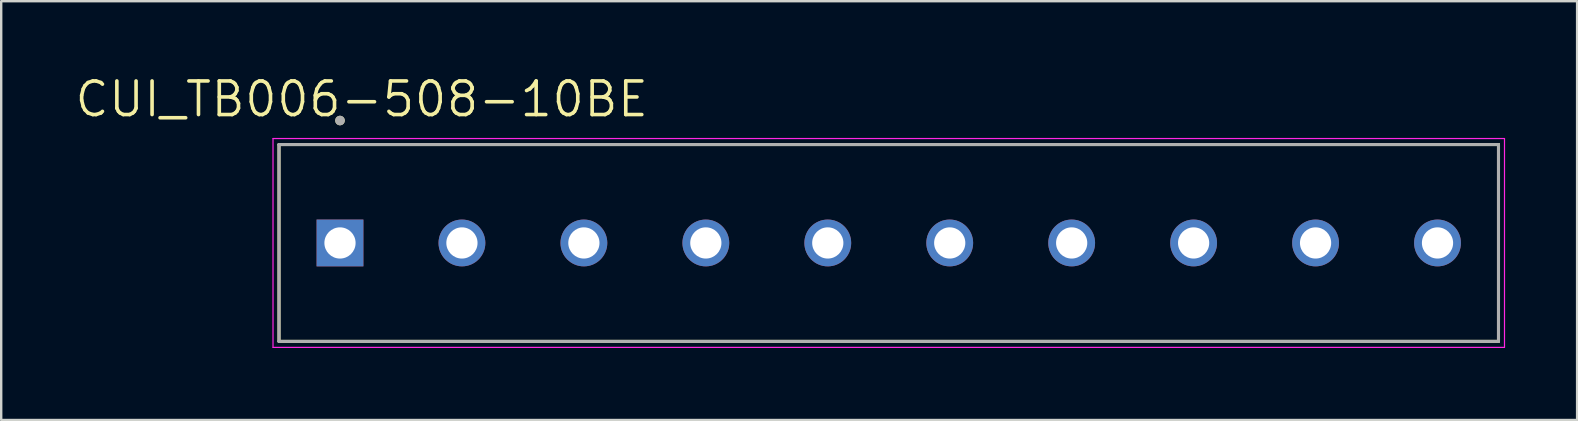
<source format=kicad_pcb>
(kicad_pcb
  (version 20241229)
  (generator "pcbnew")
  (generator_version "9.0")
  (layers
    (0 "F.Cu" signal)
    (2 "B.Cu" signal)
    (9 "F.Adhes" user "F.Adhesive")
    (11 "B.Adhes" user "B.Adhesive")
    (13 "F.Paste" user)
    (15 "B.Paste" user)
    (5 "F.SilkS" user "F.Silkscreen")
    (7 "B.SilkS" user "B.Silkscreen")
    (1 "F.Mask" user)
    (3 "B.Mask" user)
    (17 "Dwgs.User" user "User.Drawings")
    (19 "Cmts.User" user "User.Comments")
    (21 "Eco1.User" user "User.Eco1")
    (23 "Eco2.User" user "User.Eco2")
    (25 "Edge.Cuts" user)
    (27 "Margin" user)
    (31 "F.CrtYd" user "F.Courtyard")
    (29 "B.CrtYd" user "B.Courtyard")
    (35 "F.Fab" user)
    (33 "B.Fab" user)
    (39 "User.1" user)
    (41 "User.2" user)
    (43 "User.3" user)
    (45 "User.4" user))
  (footprint "CUI_TB006-508-10BE"
    (layer "F.Cu")
    (at 11.113 7.071)
    (property "Reference" "CUI_TB006-508-10BE" (at 0.905 -5.989 0) (layer "F.SilkS") (effects (font (size 1.4 1.4) (thickness 0.15))))
    (attr through_hole)
    (fp_line (start -2.54 -4.1) (end 48.26 -4.1) (stroke (width 0.127) (type solid)) (layer "F.SilkS"))
    (fp_line (start -2.54 4.1) (end -2.54 -4.1) (stroke (width 0.127) (type solid)) (layer "F.SilkS"))
    (fp_line (start 48.26 -4.1) (end 48.26 4.1) (stroke (width 0.127) (type solid)) (layer "F.SilkS"))
    (fp_line (start 48.26 4.1) (end -2.54 4.1) (stroke (width 0.127) (type solid)) (layer "F.SilkS"))
    (fp_circle (center 0 -5.1) (end 0.1 -5.1) (stroke (width 0.2) (type solid)) (fill no) (layer "F.SilkS"))
    (fp_line (start -2.79 -4.35) (end 48.51 -4.35) (stroke (width 0.05) (type solid)) (layer "F.CrtYd"))
    (fp_line (start -2.79 4.35) (end -2.79 -4.35) (stroke (width 0.05) (type solid)) (layer "F.CrtYd"))
    (fp_line (start 48.51 -4.35) (end 48.51 4.35) (stroke (width 0.05) (type solid)) (layer "F.CrtYd"))
    (fp_line (start 48.51 4.35) (end -2.79 4.35) (stroke (width 0.05) (type solid)) (layer "F.CrtYd"))
    (fp_line (start -2.54 -4.1) (end 48.26 -4.1) (stroke (width 0.127) (type solid)) (layer "F.Fab"))
    (fp_line (start -2.54 4.1) (end -2.54 -4.1) (stroke (width 0.127) (type solid)) (layer "F.Fab"))
    (fp_line (start 48.26 -4.1) (end 48.26 4.1) (stroke (width 0.127) (type solid)) (layer "F.Fab"))
    (fp_line (start 48.26 4.1) (end -2.54 4.1) (stroke (width 0.127) (type solid)) (layer "F.Fab"))
    (fp_circle (center 0 -5.1) (end 0.1 -5.1) (stroke (width 0.2) (type solid)) (fill no) (layer "F.Fab"))
    (pad "1" thru_hole rect (at 0 0) (size 1.95 1.95) (drill 1.3) (layers "*.Cu" "*.Mask"))
    (pad "2" thru_hole circle (at 5.08 0) (size 1.95 1.95) (drill 1.3) (layers "*.Cu" "*.Mask"))
    (pad "3" thru_hole circle (at 10.16 0) (size 1.95 1.95) (drill 1.3) (layers "*.Cu" "*.Mask"))
    (pad "4" thru_hole circle (at 15.24 0) (size 1.95 1.95) (drill 1.3) (layers "*.Cu" "*.Mask"))
    (pad "5" thru_hole circle (at 20.32 0) (size 1.95 1.95) (drill 1.3) (layers "*.Cu" "*.Mask"))
    (pad "6" thru_hole circle (at 25.4 0) (size 1.95 1.95) (drill 1.3) (layers "*.Cu" "*.Mask"))
    (pad "7" thru_hole circle (at 30.48 0) (size 1.95 1.95) (drill 1.3) (layers "*.Cu" "*.Mask"))
    (pad "8" thru_hole circle (at 35.56 0) (size 1.95 1.95) (drill 1.3) (layers "*.Cu" "*.Mask"))
    (pad "9" thru_hole circle (at 40.64 0) (size 1.95 1.95) (drill 1.3) (layers "*.Cu" "*.Mask"))
    (pad "10" thru_hole circle (at 45.72 0) (size 1.95 1.95) (drill 1.3) (layers "*.Cu" "*.Mask")))
  (gr_rect
    (start -3 -3)
    (end 62.648 14.446)
    (stroke (width 0.1) (type default))
    (fill no)
    (layer "Edge.Cuts")))
</source>
